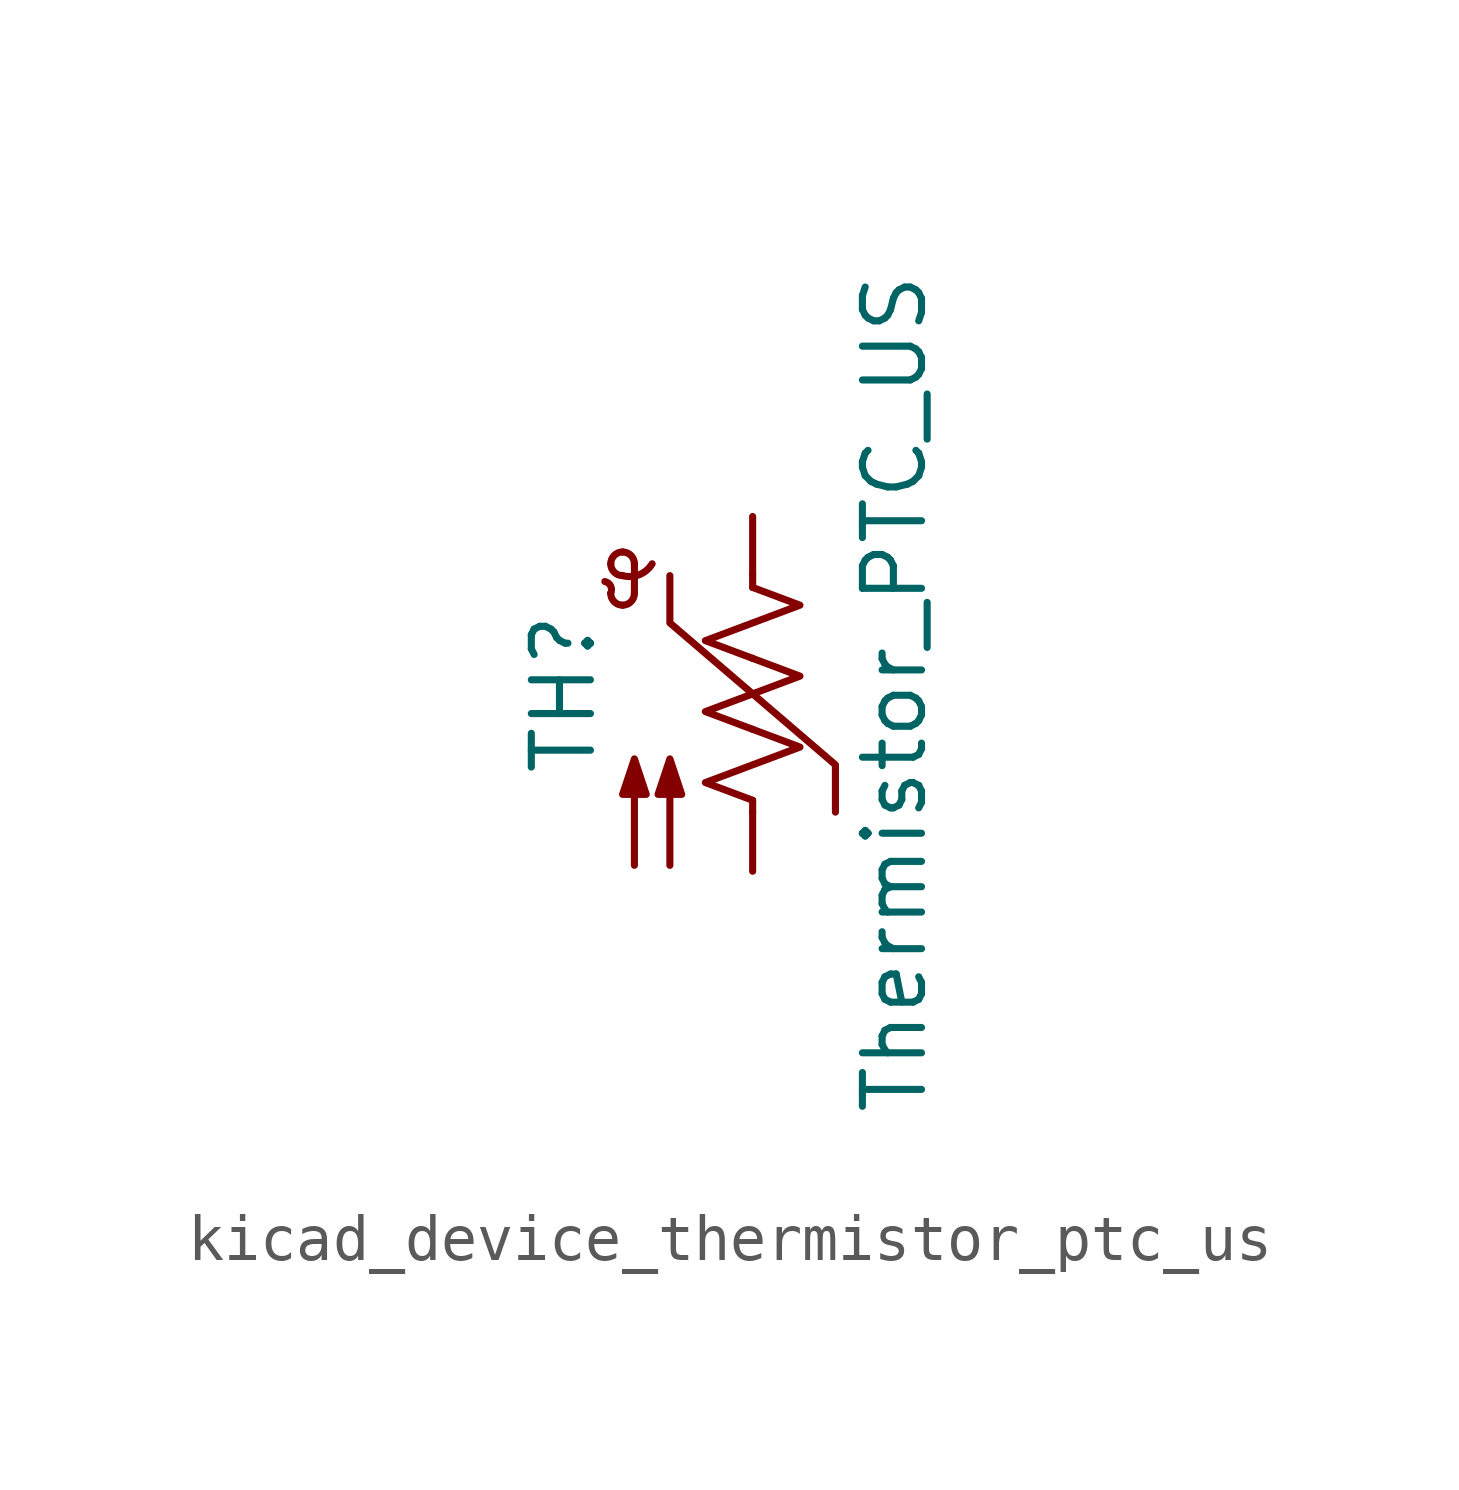
<source format=kicad_sym>
(kicad_symbol_lib
  (version 20220914)
  (generator kicad_symbol_editor)
  (symbol "kicad_device_thermistor_ptc_us"
    (pin_numbers hide)
    (pin_names
      (offset 0))
    (property "Reference" "TH"
      (at -4.064 0 90)
      (effects (font (size 1.27 1.27))))
    (property "Value" "Thermistor_PTC_US"
      (at 3.048 0 90)
      (effects (font (size 1.27 1.27))))
    (symbol "kicad_device_thermistor_ptc_us_0_1"
      (arc (start -3.048 2.159) (mid -3.0495 2.3143) (end -3.175 2.413) (stroke (width 0) (type default)) (fill (type none)))
      (arc (start -3.048 2.159) (mid -2.9736 1.9794) (end -2.794 1.905) (stroke (width 0) (type default)) (fill (type none)))
      (arc (start -3.048 2.794) (mid -2.9736 2.6144) (end -2.794 2.54) (stroke (width 0) (type default)) (fill (type none)))
      (arc (start -2.794 1.905) (mid -2.6144 1.9794) (end -2.54 2.159) (stroke (width 0) (type default)) (fill (type none)))
      (arc (start -2.794 2.54) (mid -2.4393 2.5587) (end -2.159 2.794) (stroke (width 0) (type default)) (fill (type none)))
      (arc (start -2.794 3.048) (mid -2.9736 2.9736) (end -3.048 2.794) (stroke (width 0) (type default)) (fill (type none)))
      (arc (start -2.54 2.794) (mid -2.6144 2.9736) (end -2.794 3.048) (stroke (width 0) (type default)) (fill (type none)))
      (polyline (pts (xy -2.54 2.159) (xy -2.54 2.794)) (stroke (width 0) (type default)) (fill (type none)))
      (polyline (pts (xy 0 -2.286) (xy 0 -2.54)) (stroke (width 0) (type default)) (fill (type none)))
      (polyline (pts (xy 0 2.286) (xy 0 2.54)) (stroke (width 0) (type default)) (fill (type none)))
      (polyline (pts (xy -1.778 2.54) (xy -1.778 1.524) (xy 1.778 -1.524) (xy 1.778 -2.54)) (stroke (width 0) (type default)) (fill (type none)))
      (polyline (pts (xy 0 -0.762) (xy 1.016 -1.143) (xy 0 -1.524) (xy -1.016 -1.905) (xy 0 -2.286)) (stroke (width 0) (type default)) (fill (type none)))
      (polyline (pts (xy 0 0.762) (xy 1.016 0.381) (xy 0 0) (xy -1.016 -0.381) (xy 0 -0.762)) (stroke (width 0) (type default)) (fill (type none)))
      (polyline (pts (xy 0 2.286) (xy 1.016 1.905) (xy 0 1.524) (xy -1.016 1.143) (xy 0 0.762)) (stroke (width 0) (type default)) (fill (type none)))
      (polyline (pts (xy -2.54 -3.683) (xy -2.54 -1.397) (xy -2.794 -2.159) (xy -2.286 -2.159) (xy -2.54 -1.397) (xy -2.54 -1.651)) (stroke (width 0) (type default)) (fill (type outline)))
      (polyline (pts (xy -1.778 -3.683) (xy -1.778 -1.397) (xy -2.032 -2.159) (xy -1.524 -2.159) (xy -1.778 -1.397) (xy -1.778 -1.651)) (stroke (width 0) (type default)) (fill (type outline))))
    (symbol "kicad_device_thermistor_ptc_us_1_1"
      (pin passive line (at 0 3.81 270) (length 1.27) (name "~" (effects (font (size 1.27 1.27)))) (number "1" (effects (font (size 1.27 1.27)))))
      (pin passive line (at 0 -3.81 90) (length 1.27) (name "~" (effects (font (size 1.27 1.27)))) (number "2" (effects (font (size 1.27 1.27))))))))
</source>
